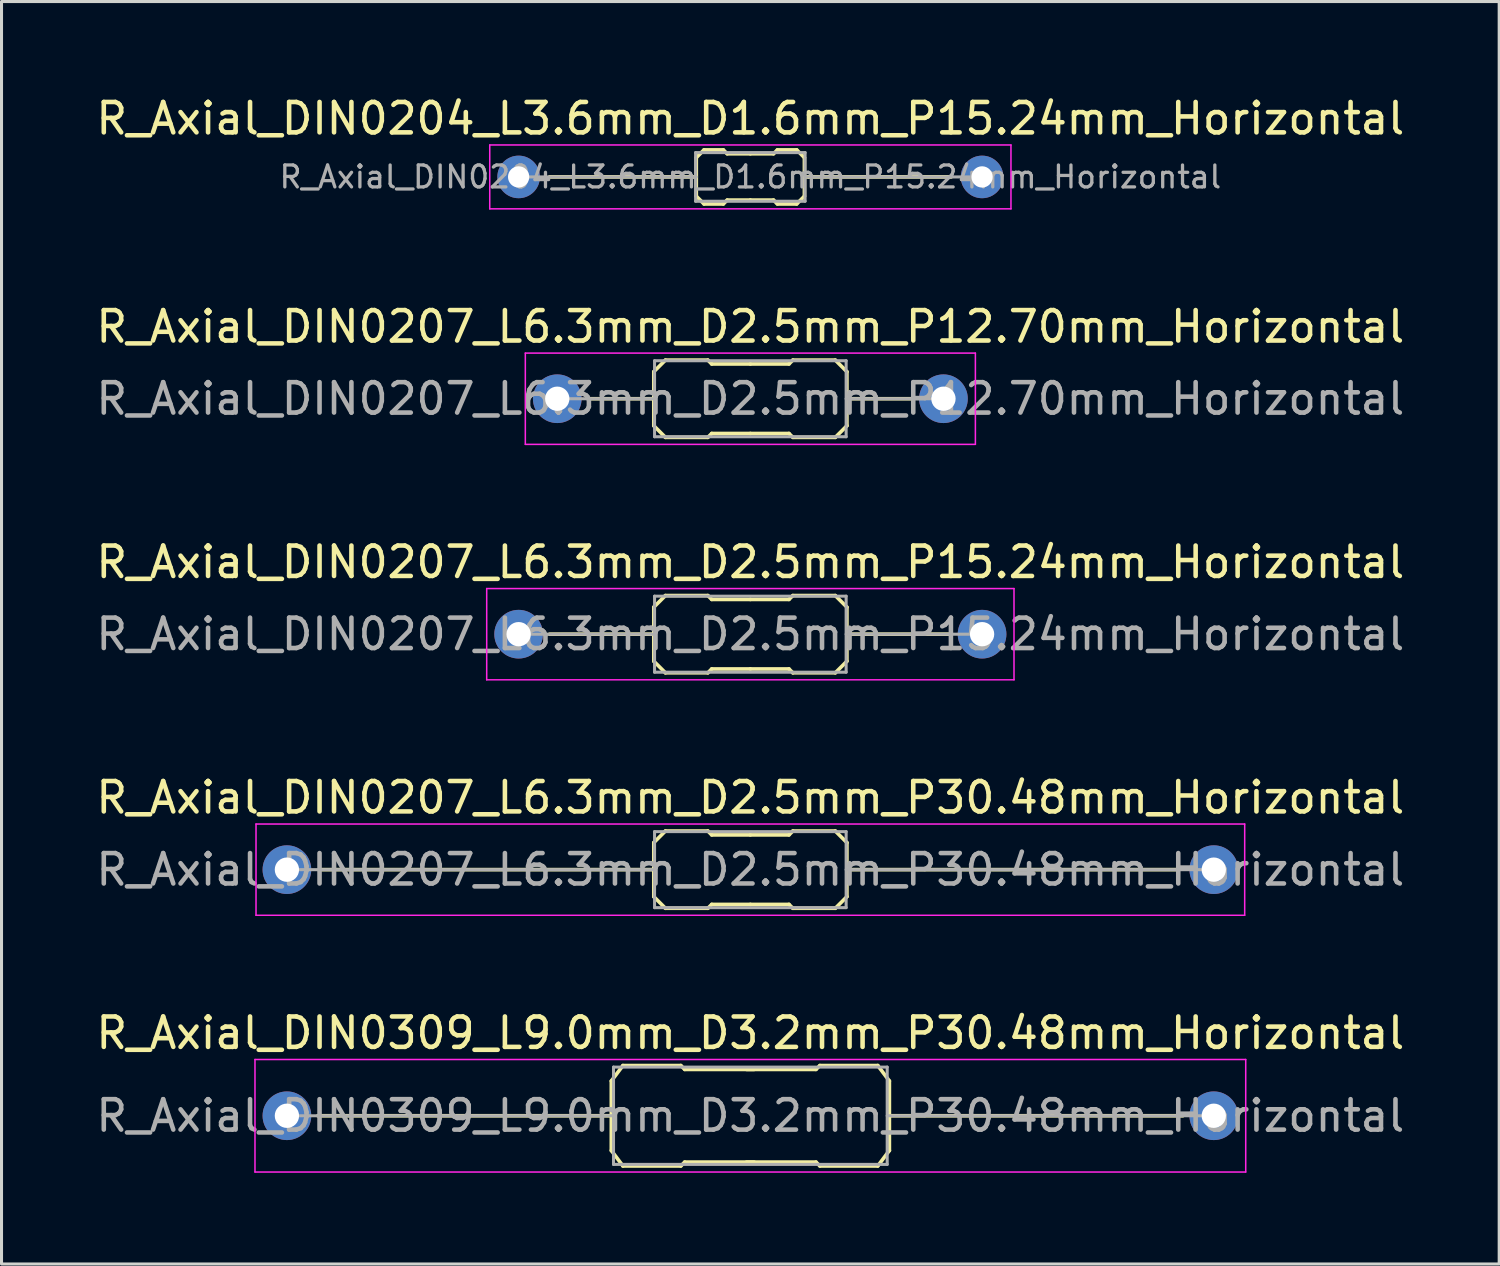
<source format=kicad_pcb>
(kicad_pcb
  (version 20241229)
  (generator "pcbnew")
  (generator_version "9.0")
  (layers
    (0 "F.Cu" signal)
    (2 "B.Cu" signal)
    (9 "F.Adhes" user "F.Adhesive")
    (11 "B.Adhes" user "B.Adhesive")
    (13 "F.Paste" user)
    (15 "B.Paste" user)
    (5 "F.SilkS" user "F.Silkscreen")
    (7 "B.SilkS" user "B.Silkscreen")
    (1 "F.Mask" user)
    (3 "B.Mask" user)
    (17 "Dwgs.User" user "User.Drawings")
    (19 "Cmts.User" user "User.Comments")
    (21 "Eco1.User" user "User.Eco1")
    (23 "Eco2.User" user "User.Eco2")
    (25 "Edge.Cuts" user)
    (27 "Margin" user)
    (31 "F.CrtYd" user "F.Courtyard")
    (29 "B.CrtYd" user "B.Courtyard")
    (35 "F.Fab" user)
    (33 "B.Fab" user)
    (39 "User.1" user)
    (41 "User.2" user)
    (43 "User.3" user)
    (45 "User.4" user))
  (footprint "R_Axial_DIN0309_L9.0mm_D3.2mm_P30.48mm_Horizontal"
    (layer "F.Cu")
    (at 6.385 33.641)
    (property "Reference" "R_Axial_DIN0309_L9.0mm_D3.2mm_P30.48mm_Horizontal" (at 15.24 -2.72 0) (layer "F.SilkS") (effects (font (size 1 1) (thickness 0.15))))
    (attr through_hole)
    (fp_line (start 10.668 -1.143) (end 11.049 -1.651) (stroke (width 0.12) (type solid)) (layer "F.SilkS"))
    (fp_line (start 10.668 0) (end 1.016 0) (stroke (width 0.12) (type solid)) (layer "F.SilkS"))
    (fp_line (start 10.668 1.143) (end 10.668 -1.143) (stroke (width 0.12) (type solid)) (layer "F.SilkS"))
    (fp_line (start 10.668 1.143) (end 11.049 1.651) (stroke (width 0.12) (type solid)) (layer "F.SilkS"))
    (fp_line (start 11.049 -1.651) (end 12.954 -1.651) (stroke (width 0.12) (type solid)) (layer "F.SilkS"))
    (fp_line (start 11.049 1.651) (end 12.954 1.651) (stroke (width 0.12) (type solid)) (layer "F.SilkS"))
    (fp_line (start 12.954 -1.651) (end 13.081 -1.524) (stroke (width 0.12) (type solid)) (layer "F.SilkS"))
    (fp_line (start 12.954 1.651) (end 13.081 1.524) (stroke (width 0.12) (type solid)) (layer "F.SilkS"))
    (fp_line (start 13.081 -1.524) (end 15.367 -1.524) (stroke (width 0.12) (type solid)) (layer "F.SilkS"))
    (fp_line (start 13.081 1.524) (end 15.367 1.524) (stroke (width 0.12) (type solid)) (layer "F.SilkS"))
    (fp_line (start 17.399 -1.524) (end 15.113 -1.524) (stroke (width 0.12) (type solid)) (layer "F.SilkS"))
    (fp_line (start 17.399 1.524) (end 15.113 1.524) (stroke (width 0.12) (type solid)) (layer "F.SilkS"))
    (fp_line (start 17.526 -1.651) (end 17.399 -1.524) (stroke (width 0.12) (type solid)) (layer "F.SilkS"))
    (fp_line (start 17.526 1.651) (end 17.399 1.524) (stroke (width 0.12) (type solid)) (layer "F.SilkS"))
    (fp_line (start 19.431 -1.651) (end 17.526 -1.651) (stroke (width 0.12) (type solid)) (layer "F.SilkS"))
    (fp_line (start 19.431 1.651) (end 17.526 1.651) (stroke (width 0.12) (type solid)) (layer "F.SilkS"))
    (fp_line (start 19.812 -1.143) (end 19.431 -1.651) (stroke (width 0.12) (type solid)) (layer "F.SilkS"))
    (fp_line (start 19.812 0) (end 29.464 0) (stroke (width 0.12) (type solid)) (layer "F.SilkS"))
    (fp_line (start 19.812 1.143) (end 19.431 1.651) (stroke (width 0.12) (type solid)) (layer "F.SilkS"))
    (fp_line (start 19.812 1.143) (end 19.812 -1.143) (stroke (width 0.12) (type solid)) (layer "F.SilkS"))
    (fp_line (start -1.05 -1.85) (end -1.05 1.85) (stroke (width 0.05) (type solid)) (layer "F.CrtYd"))
    (fp_line (start -1.05 1.85) (end 31.53 1.85) (stroke (width 0.05) (type solid)) (layer "F.CrtYd"))
    (fp_line (start 31.53 -1.85) (end -1.05 -1.85) (stroke (width 0.05) (type solid)) (layer "F.CrtYd"))
    (fp_line (start 31.53 1.85) (end 31.53 -1.85) (stroke (width 0.05) (type solid)) (layer "F.CrtYd"))
    (fp_line (start 0 0) (end 10.74 0) (stroke (width 0.1) (type solid)) (layer "F.Fab"))
    (fp_line (start 10.74 -1.6) (end 10.74 1.6) (stroke (width 0.1) (type solid)) (layer "F.Fab"))
    (fp_line (start 10.74 1.6) (end 19.74 1.6) (stroke (width 0.1) (type solid)) (layer "F.Fab"))
    (fp_line (start 19.74 -1.6) (end 10.74 -1.6) (stroke (width 0.1) (type solid)) (layer "F.Fab"))
    (fp_line (start 19.74 1.6) (end 19.74 -1.6) (stroke (width 0.1) (type solid)) (layer "F.Fab"))
    (fp_line (start 30.48 0) (end 19.74 0) (stroke (width 0.1) (type solid)) (layer "F.Fab"))
    (fp_text user "${REFERENCE}" (at 15.24 0 0) (layer "F.Fab") (effects (font (size 1 1) (thickness 0.15))))
    (pad "1" thru_hole circle (at 0 0) (size 1.6 1.6) (drill 0.8) (layers "*.Cu" "*.Mask"))
    (pad "2" thru_hole oval (at 30.48 0) (size 1.6 1.6) (drill 0.8) (layers "*.Cu" "*.Mask")))
  (footprint "R_Axial_DIN0207_L6.3mm_D2.5mm_P15.24mm_Horizontal"
    (layer "F.Cu")
    (at 14.005 17.805)
    (property "Reference" "R_Axial_DIN0207_L6.3mm_D2.5mm_P15.24mm_Horizontal" (at 7.62 -2.37 0) (layer "F.SilkS") (effects (font (size 1 1) (thickness 0.15))))
    (attr through_hole)
    (fp_line (start 4.445 -0.889) (end 4.445 0.889) (stroke (width 0.12) (type solid)) (layer "F.SilkS"))
    (fp_line (start 4.445 -0.889) (end 4.826 -1.27) (stroke (width 0.12) (type solid)) (layer "F.SilkS"))
    (fp_line (start 4.445 0) (end 1.016 0) (stroke (width 0.12) (type solid)) (layer "F.SilkS"))
    (fp_line (start 4.445 0.889) (end 4.826 1.27) (stroke (width 0.12) (type solid)) (layer "F.SilkS"))
    (fp_line (start 4.826 -1.27) (end 6.223 -1.27) (stroke (width 0.12) (type solid)) (layer "F.SilkS"))
    (fp_line (start 4.826 1.27) (end 6.223 1.27) (stroke (width 0.12) (type solid)) (layer "F.SilkS"))
    (fp_line (start 6.223 -1.27) (end 6.35 -1.143) (stroke (width 0.12) (type solid)) (layer "F.SilkS"))
    (fp_line (start 6.223 1.27) (end 6.35 1.143) (stroke (width 0.12) (type solid)) (layer "F.SilkS"))
    (fp_line (start 6.35 -1.143) (end 7.62 -1.143) (stroke (width 0.12) (type solid)) (layer "F.SilkS"))
    (fp_line (start 6.35 1.143) (end 7.62 1.143) (stroke (width 0.12) (type solid)) (layer "F.SilkS"))
    (fp_line (start 8.89 -1.143) (end 7.62 -1.143) (stroke (width 0.12) (type solid)) (layer "F.SilkS"))
    (fp_line (start 8.89 1.143) (end 7.62 1.143) (stroke (width 0.12) (type solid)) (layer "F.SilkS"))
    (fp_line (start 9.017 -1.27) (end 8.89 -1.143) (stroke (width 0.12) (type solid)) (layer "F.SilkS"))
    (fp_line (start 9.017 1.27) (end 8.89 1.143) (stroke (width 0.12) (type solid)) (layer "F.SilkS"))
    (fp_line (start 10.414 -1.27) (end 9.017 -1.27) (stroke (width 0.12) (type solid)) (layer "F.SilkS"))
    (fp_line (start 10.414 1.27) (end 9.017 1.27) (stroke (width 0.12) (type solid)) (layer "F.SilkS"))
    (fp_line (start 10.795 -0.889) (end 10.414 -1.27) (stroke (width 0.12) (type solid)) (layer "F.SilkS"))
    (fp_line (start 10.795 -0.889) (end 10.795 0.889) (stroke (width 0.12) (type solid)) (layer "F.SilkS"))
    (fp_line (start 10.795 0) (end 14.224 0) (stroke (width 0.12) (type solid)) (layer "F.SilkS"))
    (fp_line (start 10.795 0.889) (end 10.414 1.27) (stroke (width 0.12) (type solid)) (layer "F.SilkS"))
    (fp_line (start -1.05 -1.5) (end -1.05 1.5) (stroke (width 0.05) (type solid)) (layer "F.CrtYd"))
    (fp_line (start -1.05 1.5) (end 16.29 1.5) (stroke (width 0.05) (type solid)) (layer "F.CrtYd"))
    (fp_line (start 16.29 -1.5) (end -1.05 -1.5) (stroke (width 0.05) (type solid)) (layer "F.CrtYd"))
    (fp_line (start 16.29 1.5) (end 16.29 -1.5) (stroke (width 0.05) (type solid)) (layer "F.CrtYd"))
    (fp_line (start 0 0) (end 4.47 0) (stroke (width 0.1) (type solid)) (layer "F.Fab"))
    (fp_line (start 4.47 -1.25) (end 4.47 1.25) (stroke (width 0.1) (type solid)) (layer "F.Fab"))
    (fp_line (start 4.47 1.25) (end 10.77 1.25) (stroke (width 0.1) (type solid)) (layer "F.Fab"))
    (fp_line (start 10.77 -1.25) (end 4.47 -1.25) (stroke (width 0.1) (type solid)) (layer "F.Fab"))
    (fp_line (start 10.77 1.25) (end 10.77 -1.25) (stroke (width 0.1) (type solid)) (layer "F.Fab"))
    (fp_line (start 15.24 0) (end 10.77 0) (stroke (width 0.1) (type solid)) (layer "F.Fab"))
    (fp_text user "${REFERENCE}" (at 7.62 0 0) (layer "F.Fab") (effects (font (size 1 1) (thickness 0.15))))
    (pad "1" thru_hole circle (at 0 0) (size 1.6 1.6) (drill 0.8) (layers "*.Cu" "*.Mask"))
    (pad "2" thru_hole oval (at 15.24 0) (size 1.6 1.6) (drill 0.8) (layers "*.Cu" "*.Mask")))
  (footprint "R_Axial_DIN0204_L3.6mm_D1.6mm_P15.24mm_Horizontal"
    (layer "F.Cu")
    (at 14.005 2.768)
    (property "Reference" "R_Axial_DIN0204_L3.6mm_D1.6mm_P15.24mm_Horizontal" (at 7.62 -1.92 0) (layer "F.SilkS") (effects (font (size 1 1) (thickness 0.15))))
    (attr through_hole)
    (fp_line (start 1.016 0) (end 5.7 0) (stroke (width 0.12) (type solid)) (layer "F.SilkS"))
    (fp_line (start 5.7 0) (end 5.842 0) (stroke (width 0.12) (type solid)) (layer "F.SilkS"))
    (fp_line (start 5.842 -0.635) (end 6.096 -0.889) (stroke (width 0.12) (type solid)) (layer "F.SilkS"))
    (fp_line (start 5.842 0.635) (end 5.842 -0.635) (stroke (width 0.12) (type solid)) (layer "F.SilkS"))
    (fp_line (start 5.842 0.635) (end 6.096 0.889) (stroke (width 0.12) (type solid)) (layer "F.SilkS"))
    (fp_line (start 6.096 -0.889) (end 6.731 -0.889) (stroke (width 0.12) (type solid)) (layer "F.SilkS"))
    (fp_line (start 6.096 0.889) (end 6.731 0.889) (stroke (width 0.12) (type solid)) (layer "F.SilkS"))
    (fp_line (start 6.731 -0.889) (end 6.858 -0.762) (stroke (width 0.12) (type solid)) (layer "F.SilkS"))
    (fp_line (start 6.731 0.889) (end 6.858 0.762) (stroke (width 0.12) (type solid)) (layer "F.SilkS"))
    (fp_line (start 6.858 -0.762) (end 7.62 -0.762) (stroke (width 0.12) (type solid)) (layer "F.SilkS"))
    (fp_line (start 6.858 0.762) (end 7.62 0.762) (stroke (width 0.12) (type solid)) (layer "F.SilkS"))
    (fp_line (start 8.382 -0.762) (end 7.62 -0.762) (stroke (width 0.12) (type solid)) (layer "F.SilkS"))
    (fp_line (start 8.382 0.762) (end 7.62 0.762) (stroke (width 0.12) (type solid)) (layer "F.SilkS"))
    (fp_line (start 8.509 -0.889) (end 8.382 -0.762) (stroke (width 0.12) (type solid)) (layer "F.SilkS"))
    (fp_line (start 8.509 0.889) (end 8.382 0.762) (stroke (width 0.12) (type solid)) (layer "F.SilkS"))
    (fp_line (start 9.144 -0.889) (end 8.509 -0.889) (stroke (width 0.12) (type solid)) (layer "F.SilkS"))
    (fp_line (start 9.144 0.889) (end 8.509 0.889) (stroke (width 0.12) (type solid)) (layer "F.SilkS"))
    (fp_line (start 9.398 -0.635) (end 9.144 -0.889) (stroke (width 0.12) (type solid)) (layer "F.SilkS"))
    (fp_line (start 9.398 -0.635) (end 9.398 0.635) (stroke (width 0.12) (type solid)) (layer "F.SilkS"))
    (fp_line (start 9.398 0.635) (end 9.144 0.889) (stroke (width 0.12) (type solid)) (layer "F.SilkS"))
    (fp_line (start 9.525 0) (end 9.398 0) (stroke (width 0.12) (type solid)) (layer "F.SilkS"))
    (fp_line (start 14.224 0) (end 9.54 0) (stroke (width 0.12) (type solid)) (layer "F.SilkS"))
    (fp_line (start -0.95 -1.05) (end -0.95 1.05) (stroke (width 0.05) (type solid)) (layer "F.CrtYd"))
    (fp_line (start -0.95 1.05) (end 16.19 1.05) (stroke (width 0.05) (type solid)) (layer "F.CrtYd"))
    (fp_line (start 16.19 -1.05) (end -0.95 -1.05) (stroke (width 0.05) (type solid)) (layer "F.CrtYd"))
    (fp_line (start 16.19 1.05) (end 16.19 -1.05) (stroke (width 0.05) (type solid)) (layer "F.CrtYd"))
    (fp_line (start 0 0) (end 5.842 0) (stroke (width 0.1) (type solid)) (layer "F.Fab"))
    (fp_line (start 5.82 -0.8) (end 5.82 0.8) (stroke (width 0.1) (type solid)) (layer "F.Fab"))
    (fp_line (start 5.82 0.8) (end 9.42 0.8) (stroke (width 0.1) (type solid)) (layer "F.Fab"))
    (fp_line (start 9.42 -0.8) (end 5.82 -0.8) (stroke (width 0.1) (type solid)) (layer "F.Fab"))
    (fp_line (start 9.42 0.8) (end 9.42 -0.8) (stroke (width 0.1) (type solid)) (layer "F.Fab"))
    (fp_line (start 15.24 0) (end 9.42 0) (stroke (width 0.1) (type solid)) (layer "F.Fab"))
    (fp_text user "${REFERENCE}" (at 7.62 0 0) (layer "F.Fab") (effects (font (size 0.72 0.72) (thickness 0.108))))
    (pad "1" thru_hole circle (at 0 0) (size 1.4 1.4) (drill 0.7) (layers "*.Cu" "*.Mask"))
    (pad "2" thru_hole oval (at 15.24 0) (size 1.4 1.4) (drill 0.7) (layers "*.Cu" "*.Mask")))
  (footprint "R_Axial_DIN0207_L6.3mm_D2.5mm_P12.70mm_Horizontal"
    (layer "F.Cu")
    (at 15.275 10.062)
    (property "Reference" "R_Axial_DIN0207_L6.3mm_D2.5mm_P12.70mm_Horizontal" (at 6.35 -2.37 0) (layer "F.SilkS") (effects (font (size 1 1) (thickness 0.15))))
    (attr through_hole)
    (fp_line (start 3.175 -0.889) (end 3.175 0.889) (stroke (width 0.12) (type solid)) (layer "F.SilkS"))
    (fp_line (start 3.175 -0.889) (end 3.556 -1.27) (stroke (width 0.12) (type solid)) (layer "F.SilkS"))
    (fp_line (start 3.175 0) (end 1.016 0) (stroke (width 0.12) (type solid)) (layer "F.SilkS"))
    (fp_line (start 3.175 0.889) (end 3.556 1.27) (stroke (width 0.12) (type solid)) (layer "F.SilkS"))
    (fp_line (start 3.556 -1.27) (end 4.953 -1.27) (stroke (width 0.12) (type solid)) (layer "F.SilkS"))
    (fp_line (start 3.556 1.27) (end 4.953 1.27) (stroke (width 0.12) (type solid)) (layer "F.SilkS"))
    (fp_line (start 4.953 -1.27) (end 5.08 -1.143) (stroke (width 0.12) (type solid)) (layer "F.SilkS"))
    (fp_line (start 4.953 1.27) (end 5.08 1.143) (stroke (width 0.12) (type solid)) (layer "F.SilkS"))
    (fp_line (start 5.08 -1.143) (end 6.35 -1.143) (stroke (width 0.12) (type solid)) (layer "F.SilkS"))
    (fp_line (start 5.08 1.143) (end 6.35 1.143) (stroke (width 0.12) (type solid)) (layer "F.SilkS"))
    (fp_line (start 7.62 -1.143) (end 6.35 -1.143) (stroke (width 0.12) (type solid)) (layer "F.SilkS"))
    (fp_line (start 7.62 1.143) (end 6.35 1.143) (stroke (width 0.12) (type solid)) (layer "F.SilkS"))
    (fp_line (start 7.747 -1.27) (end 7.62 -1.143) (stroke (width 0.12) (type solid)) (layer "F.SilkS"))
    (fp_line (start 7.747 1.27) (end 7.62 1.143) (stroke (width 0.12) (type solid)) (layer "F.SilkS"))
    (fp_line (start 9.144 -1.27) (end 7.747 -1.27) (stroke (width 0.12) (type solid)) (layer "F.SilkS"))
    (fp_line (start 9.144 1.27) (end 7.747 1.27) (stroke (width 0.12) (type solid)) (layer "F.SilkS"))
    (fp_line (start 9.525 -0.889) (end 9.144 -1.27) (stroke (width 0.12) (type solid)) (layer "F.SilkS"))
    (fp_line (start 9.525 -0.889) (end 9.525 0.889) (stroke (width 0.12) (type solid)) (layer "F.SilkS"))
    (fp_line (start 9.525 0) (end 11.684 0) (stroke (width 0.12) (type solid)) (layer "F.SilkS"))
    (fp_line (start 9.525 0.889) (end 9.144 1.27) (stroke (width 0.12) (type solid)) (layer "F.SilkS"))
    (fp_line (start -1.05 -1.5) (end -1.05 1.5) (stroke (width 0.05) (type solid)) (layer "F.CrtYd"))
    (fp_line (start -1.05 1.5) (end 13.75 1.5) (stroke (width 0.05) (type solid)) (layer "F.CrtYd"))
    (fp_line (start 13.75 -1.5) (end -1.05 -1.5) (stroke (width 0.05) (type solid)) (layer "F.CrtYd"))
    (fp_line (start 13.75 1.5) (end 13.75 -1.5) (stroke (width 0.05) (type solid)) (layer "F.CrtYd"))
    (fp_line (start 0 0) (end 3.2 0) (stroke (width 0.1) (type solid)) (layer "F.Fab"))
    (fp_line (start 3.2 -1.25) (end 3.2 1.25) (stroke (width 0.1) (type solid)) (layer "F.Fab"))
    (fp_line (start 3.2 1.25) (end 9.5 1.25) (stroke (width 0.1) (type solid)) (layer "F.Fab"))
    (fp_line (start 9.5 -1.25) (end 3.2 -1.25) (stroke (width 0.1) (type solid)) (layer "F.Fab"))
    (fp_line (start 9.5 1.25) (end 9.5 -1.25) (stroke (width 0.1) (type solid)) (layer "F.Fab"))
    (fp_line (start 12.7 0) (end 9.5 0) (stroke (width 0.1) (type solid)) (layer "F.Fab"))
    (fp_text user "${REFERENCE}" (at 6.35 0 0) (layer "F.Fab") (effects (font (size 1 1) (thickness 0.15))))
    (pad "1" thru_hole circle (at 0 0) (size 1.6 1.6) (drill 0.8) (layers "*.Cu" "*.Mask"))
    (pad "2" thru_hole oval (at 12.7 0) (size 1.6 1.6) (drill 0.8) (layers "*.Cu" "*.Mask")))
  (footprint "R_Axial_DIN0207_L6.3mm_D2.5mm_P30.48mm_Horizontal"
    (layer "F.Cu")
    (at 14.005 25.548)
    (property "Reference" "R_Axial_DIN0207_L6.3mm_D2.5mm_P30.48mm_Horizontal" (at 7.62 -2.37 0) (layer "F.SilkS") (effects (font (size 1 1) (thickness 0.15))))
    (attr through_hole)
    (fp_line (start 4.445 -0.889) (end 4.445 0.889) (stroke (width 0.12) (type solid)) (layer "F.SilkS"))
    (fp_line (start 4.445 -0.889) (end 4.826 -1.27) (stroke (width 0.12) (type solid)) (layer "F.SilkS"))
    (fp_line (start 4.445 0) (end -6.477 0) (stroke (width 0.12) (type solid)) (layer "F.SilkS"))
    (fp_line (start 4.445 0.889) (end 4.826 1.27) (stroke (width 0.12) (type solid)) (layer "F.SilkS"))
    (fp_line (start 4.826 -1.27) (end 6.223 -1.27) (stroke (width 0.12) (type solid)) (layer "F.SilkS"))
    (fp_line (start 4.826 1.27) (end 6.223 1.27) (stroke (width 0.12) (type solid)) (layer "F.SilkS"))
    (fp_line (start 6.223 -1.27) (end 6.35 -1.143) (stroke (width 0.12) (type solid)) (layer "F.SilkS"))
    (fp_line (start 6.223 1.27) (end 6.35 1.143) (stroke (width 0.12) (type solid)) (layer "F.SilkS"))
    (fp_line (start 6.35 -1.143) (end 7.62 -1.143) (stroke (width 0.12) (type solid)) (layer "F.SilkS"))
    (fp_line (start 6.35 1.143) (end 7.62 1.143) (stroke (width 0.12) (type solid)) (layer "F.SilkS"))
    (fp_line (start 8.89 -1.143) (end 7.62 -1.143) (stroke (width 0.12) (type solid)) (layer "F.SilkS"))
    (fp_line (start 8.89 1.143) (end 7.62 1.143) (stroke (width 0.12) (type solid)) (layer "F.SilkS"))
    (fp_line (start 9.017 -1.27) (end 8.89 -1.143) (stroke (width 0.12) (type solid)) (layer "F.SilkS"))
    (fp_line (start 9.017 1.27) (end 8.89 1.143) (stroke (width 0.12) (type solid)) (layer "F.SilkS"))
    (fp_line (start 10.414 -1.27) (end 9.017 -1.27) (stroke (width 0.12) (type solid)) (layer "F.SilkS"))
    (fp_line (start 10.414 1.27) (end 9.017 1.27) (stroke (width 0.12) (type solid)) (layer "F.SilkS"))
    (fp_line (start 10.795 -0.889) (end 10.414 -1.27) (stroke (width 0.12) (type solid)) (layer "F.SilkS"))
    (fp_line (start 10.795 -0.889) (end 10.795 0.889) (stroke (width 0.12) (type solid)) (layer "F.SilkS"))
    (fp_line (start 10.795 0) (end 21.717 0) (stroke (width 0.12) (type solid)) (layer "F.SilkS"))
    (fp_line (start 10.795 0.889) (end 10.414 1.27) (stroke (width 0.12) (type solid)) (layer "F.SilkS"))
    (fp_line (start -8.636 -1.5) (end -8.636 1.5) (stroke (width 0.05) (type solid)) (layer "F.CrtYd"))
    (fp_line (start -8.636 1.5) (end 23.876 1.5) (stroke (width 0.05) (type solid)) (layer "F.CrtYd"))
    (fp_line (start 23.876 -1.5) (end -8.636 -1.5) (stroke (width 0.05) (type solid)) (layer "F.CrtYd"))
    (fp_line (start 23.876 1.5) (end 23.876 -1.5) (stroke (width 0.05) (type solid)) (layer "F.CrtYd"))
    (fp_line (start -7.62 0) (end 4.47 0) (stroke (width 0.1) (type solid)) (layer "F.Fab"))
    (fp_line (start 4.47 -1.25) (end 4.47 1.25) (stroke (width 0.1) (type solid)) (layer "F.Fab"))
    (fp_line (start 4.47 1.25) (end 10.77 1.25) (stroke (width 0.1) (type solid)) (layer "F.Fab"))
    (fp_line (start 10.77 -1.25) (end 4.47 -1.25) (stroke (width 0.1) (type solid)) (layer "F.Fab"))
    (fp_line (start 10.77 1.25) (end 10.77 -1.25) (stroke (width 0.1) (type solid)) (layer "F.Fab"))
    (fp_line (start 22.86 0) (end 10.77 0) (stroke (width 0.1) (type solid)) (layer "F.Fab"))
    (fp_text user "${REFERENCE}" (at 7.62 0 0) (layer "F.Fab") (effects (font (size 1 1) (thickness 0.15))))
    (pad "1" thru_hole circle (at -7.62 0) (size 1.6 1.6) (drill 0.8) (layers "*.Cu" "*.Mask"))
    (pad "2" thru_hole oval (at 22.86 0) (size 1.6 1.6) (drill 0.8) (layers "*.Cu" "*.Mask")))
  (gr_rect
    (start -3 -3)
    (end 46.25 38.516)
    (stroke (width 0.1) (type default))
    (fill no)
    (layer "Edge.Cuts")))
</source>
